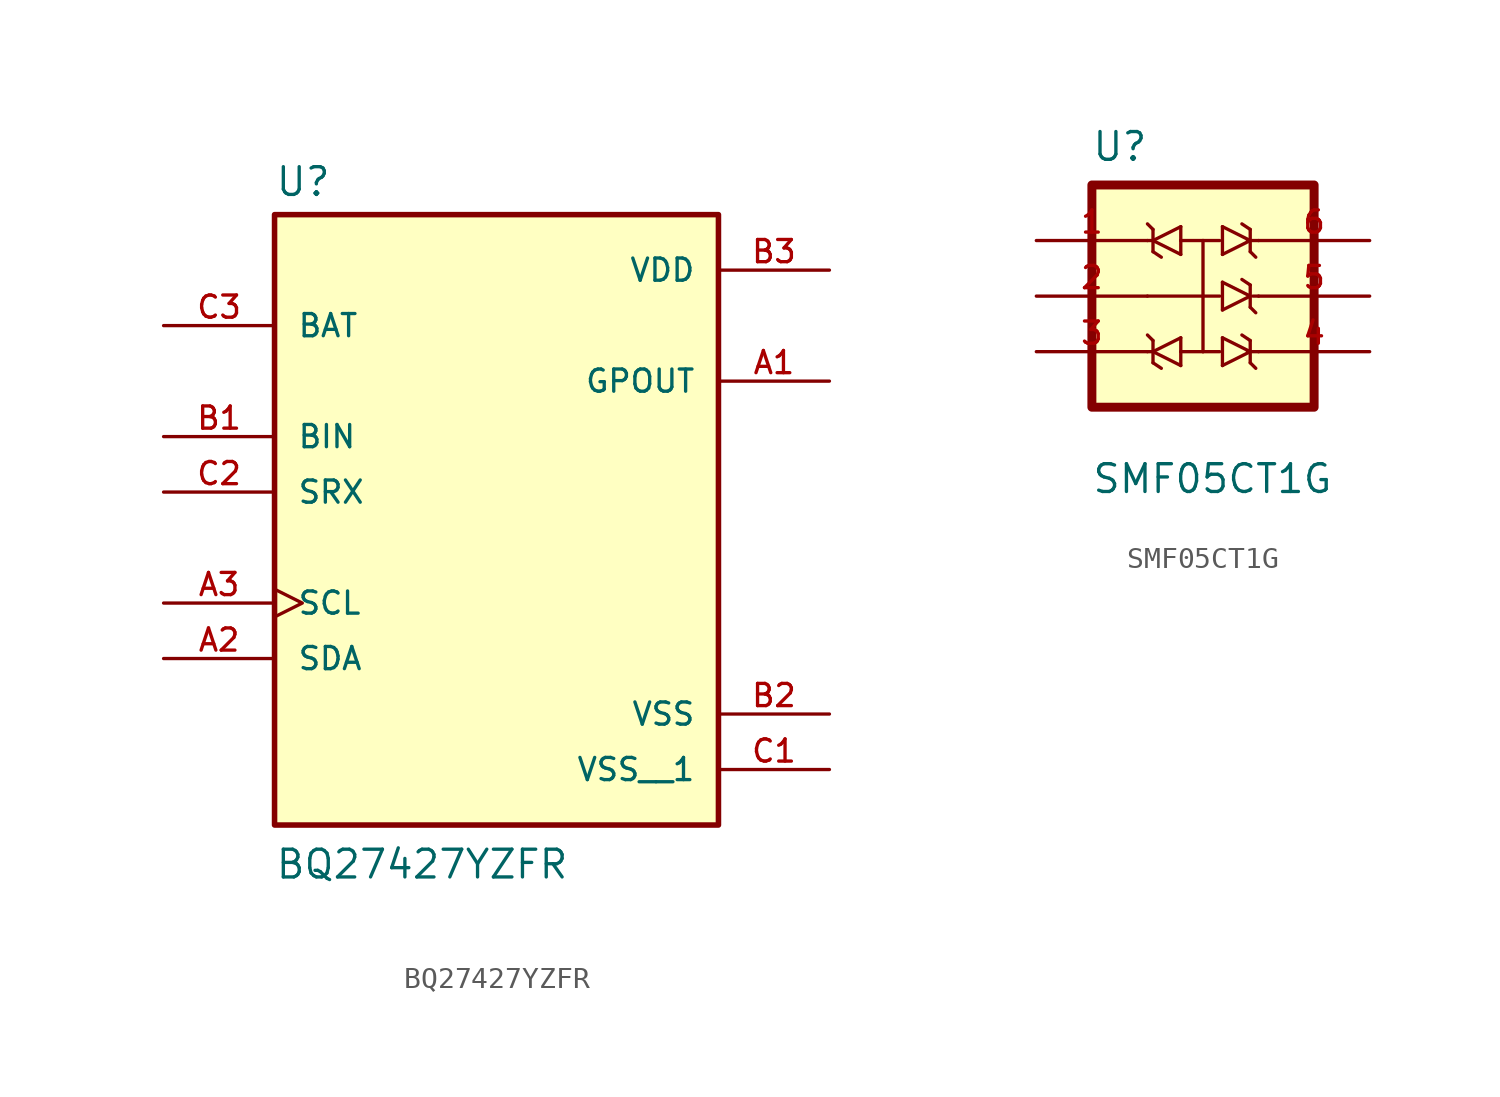
<source format=kicad_sym>
(kicad_symbol_lib
  (version 20241209)
  (generator "kicad_symbol_editor")
  (generator_version "9.0")
  (symbol "BQ27427YZFR"
    (pin_names
      (offset 1.016))
    (property "Reference" "U"
      (at -10.16 13.462 0)
      (effects (font (size 1.27 1.27)) (justify left bottom)))
    (property "Value" "BQ27427YZFR"
      (at -10.16 -17.78 0)
      (effects (font (size 1.27 1.27)) (justify left bottom)))
    (symbol "BQ27427YZFR_0_0"
      (rectangle (start -10.16 -15.24) (end 10.16 12.7) (stroke (width 0.254) (type default)) (fill (type background)))
      (pin input line (at -15.24 7.62 0) (length 5.08) (name "BAT" (effects (font (size 1.016 1.016)))) (number "C3" (effects (font (size 1.016 1.016)))))
      (pin input line (at -15.24 2.54 0) (length 5.08) (name "BIN" (effects (font (size 1.016 1.016)))) (number "B1" (effects (font (size 1.016 1.016)))))
      (pin input line (at -15.24 0 0) (length 5.08) (name "SRX" (effects (font (size 1.016 1.016)))) (number "C2" (effects (font (size 1.016 1.016)))))
      (pin bidirectional clock (at -15.24 -5.08 0) (length 5.08) (name "SCL" (effects (font (size 1.016 1.016)))) (number "A3" (effects (font (size 1.016 1.016)))))
      (pin bidirectional line (at -15.24 -7.62 0) (length 5.08) (name "SDA" (effects (font (size 1.016 1.016)))) (number "A2" (effects (font (size 1.016 1.016)))))
      (pin output line (at 15.24 10.16 180) (length 5.08) (name "VDD" (effects (font (size 1.016 1.016)))) (number "B3" (effects (font (size 1.016 1.016)))))
      (pin output line (at 15.24 5.08 180) (length 5.08) (name "GPOUT" (effects (font (size 1.016 1.016)))) (number "A1" (effects (font (size 1.016 1.016)))))
      (pin power_in line (at 15.24 -10.16 180) (length 5.08) (name "VSS" (effects (font (size 1.016 1.016)))) (number "B2" (effects (font (size 1.016 1.016)))))
      (pin power_in line (at 15.24 -12.7 180) (length 5.08) (name "VSS__1" (effects (font (size 1.016 1.016)))) (number "C1" (effects (font (size 1.016 1.016)))))))
  (symbol "SMF05CT1G"
    (pin_names
      (offset 1.016))
    (property "Reference" "U"
      (at -5.111 6.091 0)
      (effects (font (size 1.27 1.27)) (justify left bottom)))
    (property "Value" "SMF05CT1G"
      (at -5.112 -9.096 0)
      (effects (font (size 1.27 1.27)) (justify left bottom)))
    (symbol "SMF05CT1G_0_0"
      (rectangle (start -5.08 -5.08) (end 5.08 5.08) (stroke (width 0.41) (type default)) (fill (type background)))
      (polyline (pts (xy -2.54 3.302) (xy -2.286 3.048)) (stroke (width 0.152) (type default)) (fill (type none)))
      (polyline (pts (xy -2.54 -1.778) (xy -2.286 -2.032)) (stroke (width 0.152) (type default)) (fill (type none)))
      (polyline (pts (xy -2.286 3.048) (xy -2.286 2.54)) (stroke (width 0.152) (type default)) (fill (type none)))
      (polyline (pts (xy -2.286 2.54) (xy -2.54 2.54)) (stroke (width 0.152) (type default)) (fill (type none)))
      (polyline (pts (xy -2.286 2.54) (xy -2.286 2.032)) (stroke (width 0.152) (type default)) (fill (type none)))
      (polyline (pts (xy -2.286 2.54) (xy -1.016 1.905)) (stroke (width 0.152) (type default)) (fill (type none)))
      (polyline (pts (xy -2.286 2.032) (xy -1.905 1.778)) (stroke (width 0.152) (type default)) (fill (type none)))
      (polyline (pts (xy -2.286 -2.032) (xy -2.286 -2.54)) (stroke (width 0.152) (type default)) (fill (type none)))
      (polyline (pts (xy -2.286 -2.54) (xy -2.54 -2.54)) (stroke (width 0.152) (type default)) (fill (type none)))
      (polyline (pts (xy -2.286 -2.54) (xy -2.286 -3.048)) (stroke (width 0.152) (type default)) (fill (type none)))
      (polyline (pts (xy -2.286 -2.54) (xy -1.016 -3.175)) (stroke (width 0.152) (type default)) (fill (type none)))
      (polyline (pts (xy -2.286 -3.048) (xy -1.905 -3.302)) (stroke (width 0.152) (type default)) (fill (type none)))
      (polyline (pts (xy -1.016 3.175) (xy -2.286 2.54)) (stroke (width 0.152) (type default)) (fill (type none)))
      (polyline (pts (xy -1.016 2.54) (xy -1.016 3.175)) (stroke (width 0.152) (type default)) (fill (type none)))
      (polyline (pts (xy -1.016 2.54) (xy 0 2.54)) (stroke (width 0.152) (type default)) (fill (type none)))
      (polyline (pts (xy -1.016 1.905) (xy -1.016 2.54)) (stroke (width 0.152) (type default)) (fill (type none)))
      (polyline (pts (xy -1.016 -1.905) (xy -2.286 -2.54)) (stroke (width 0.152) (type default)) (fill (type none)))
      (polyline (pts (xy -1.016 -2.54) (xy -1.016 -1.905)) (stroke (width 0.152) (type default)) (fill (type none)))
      (polyline (pts (xy -1.016 -2.54) (xy 0 -2.54)) (stroke (width 0.152) (type default)) (fill (type none)))
      (polyline (pts (xy -1.016 -3.175) (xy -1.016 -2.54)) (stroke (width 0.152) (type default)) (fill (type none)))
      (polyline (pts (xy 0 2.54) (xy 0 0)) (stroke (width 0.152) (type default)) (fill (type none)))
      (polyline (pts (xy 0 2.54) (xy 0.762 2.54)) (stroke (width 0.152) (type default)) (fill (type none)))
      (polyline (pts (xy 0 0) (xy -2.54 0)) (stroke (width 0.152) (type default)) (fill (type none)))
      (polyline (pts (xy 0 0) (xy 0 -2.54)) (stroke (width 0.152) (type default)) (fill (type none)))
      (polyline (pts (xy 0 -2.54) (xy 0.762 -2.54)) (stroke (width 0.152) (type default)) (fill (type none)))
      (polyline (pts (xy 0.762 0) (xy 0 0)) (stroke (width 0.152) (type default)) (fill (type none)))
      (polyline (pts (xy 0.889 3.175) (xy 0.889 1.905)) (stroke (width 0.152) (type default)) (fill (type none)))
      (polyline (pts (xy 0.889 1.905) (xy 2.159 2.54)) (stroke (width 0.152) (type default)) (fill (type none)))
      (polyline (pts (xy 0.889 0.635) (xy 0.889 -0.635)) (stroke (width 0.152) (type default)) (fill (type none)))
      (polyline (pts (xy 0.889 -0.635) (xy 2.159 0)) (stroke (width 0.152) (type default)) (fill (type none)))
      (polyline (pts (xy 0.889 -1.905) (xy 0.889 -3.175)) (stroke (width 0.152) (type default)) (fill (type none)))
      (polyline (pts (xy 0.889 -3.175) (xy 2.159 -2.54)) (stroke (width 0.152) (type default)) (fill (type none)))
      (polyline (pts (xy 2.032 2.54) (xy 2.54 2.54)) (stroke (width 0.152) (type default)) (fill (type none)))
      (polyline (pts (xy 2.032 -2.54) (xy 2.54 -2.54)) (stroke (width 0.152) (type default)) (fill (type none)))
      (polyline (pts (xy 2.159 3.048) (xy 1.778 3.302)) (stroke (width 0.152) (type default)) (fill (type none)))
      (polyline (pts (xy 2.159 2.54) (xy 0.889 3.175)) (stroke (width 0.152) (type default)) (fill (type none)))
      (polyline (pts (xy 2.159 2.032) (xy 2.159 3.048)) (stroke (width 0.152) (type default)) (fill (type none)))
      (polyline (pts (xy 2.159 0.508) (xy 1.778 0.762)) (stroke (width 0.152) (type default)) (fill (type none)))
      (polyline (pts (xy 2.159 0) (xy 0.889 0.635)) (stroke (width 0.152) (type default)) (fill (type none)))
      (polyline (pts (xy 2.159 -0.508) (xy 2.159 0.508)) (stroke (width 0.152) (type default)) (fill (type none)))
      (polyline (pts (xy 2.159 -2.032) (xy 1.778 -1.778)) (stroke (width 0.152) (type default)) (fill (type none)))
      (polyline (pts (xy 2.159 -2.54) (xy 0.889 -1.905)) (stroke (width 0.152) (type default)) (fill (type none)))
      (polyline (pts (xy 2.159 -3.048) (xy 2.159 -2.032)) (stroke (width 0.152) (type default)) (fill (type none)))
      (polyline (pts (xy 2.286 0) (xy 2.54 0)) (stroke (width 0.152) (type default)) (fill (type none)))
      (polyline (pts (xy 2.413 1.778) (xy 2.159 2.032)) (stroke (width 0.152) (type default)) (fill (type none)))
      (polyline (pts (xy 2.413 -0.762) (xy 2.159 -0.508)) (stroke (width 0.152) (type default)) (fill (type none)))
      (polyline (pts (xy 2.413 -3.302) (xy 2.159 -3.048)) (stroke (width 0.152) (type default)) (fill (type none)))
      (pin passive line (at -7.62 2.54 0) (length 5.08) (name "~" (effects (font (size 1.016 1.016)))) (number "1" (effects (font (size 1.016 1.016)))))
      (pin passive line (at -7.62 0 0) (length 5.08) (name "~" (effects (font (size 1.016 1.016)))) (number "2" (effects (font (size 1.016 1.016)))))
      (pin passive line (at -7.62 -2.54 0) (length 5.08) (name "~" (effects (font (size 1.016 1.016)))) (number "3" (effects (font (size 1.016 1.016)))))
      (pin passive line (at 7.62 2.54 180) (length 5.08) (name "~" (effects (font (size 1.016 1.016)))) (number "6" (effects (font (size 1.016 1.016)))))
      (pin passive line (at 7.62 0 180) (length 5.08) (name "~" (effects (font (size 1.016 1.016)))) (number "5" (effects (font (size 1.016 1.016)))))
      (pin passive line (at 7.62 -2.54 180) (length 5.08) (name "~" (effects (font (size 1.016 1.016)))) (number "4" (effects (font (size 1.016 1.016))))))))
</source>
